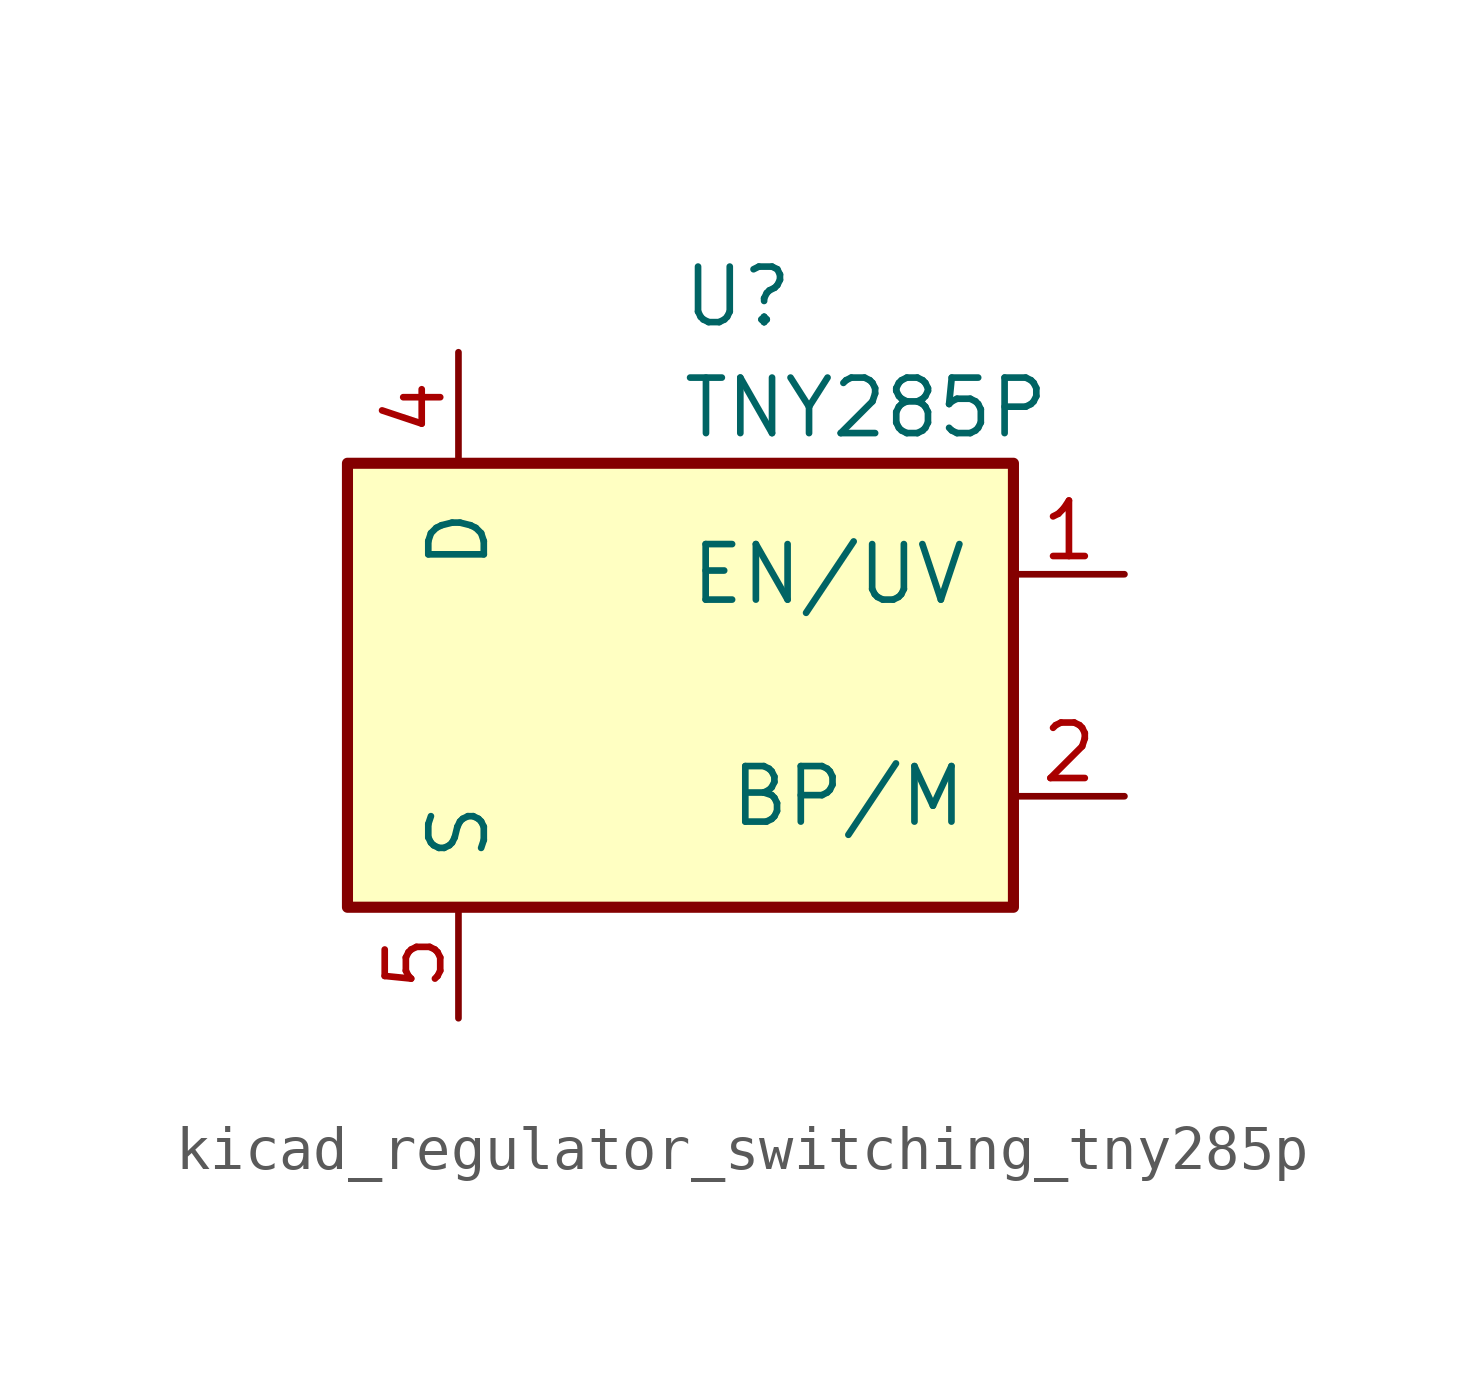
<source format=kicad_sym>
(kicad_symbol_lib
  (version 20220914)
  (generator kicad_symbol_editor)
  (symbol "kicad_regulator_switching_tny285p"
    (pin_names
      (offset 1.016))
    (property "Reference" "U"
      (at 0 8.89 0)
      (effects (font (size 1.27 1.27)) (justify left)))
    (property "Value" "TNY285P"
      (at 0 6.35 0)
      (effects (font (size 1.27 1.27)) (justify left)))
    (symbol "kicad_regulator_switching_tny285p_0_1"
      (rectangle (start -7.62 5.08) (end 7.62 -5.08) (stroke (width 0.254) (type default)) (fill (type background))))
    (symbol "kicad_regulator_switching_tny285p_1_1"
      (pin input line (at 10.16 2.54 180) (length 2.54) (name "EN/UV" (effects (font (size 1.27 1.27)))) (number "1" (effects (font (size 1.27 1.27)))))
      (pin input line (at 10.16 -2.54 180) (length 2.54) (name "BP/M" (effects (font (size 1.27 1.27)))) (number "2" (effects (font (size 1.27 1.27)))))
      (pin open_collector line (at -5.08 7.62 270) (length 2.54) (name "D" (effects (font (size 1.27 1.27)))) (number "4" (effects (font (size 1.27 1.27)))))
      (pin power_in line (at -5.08 -7.62 90) (length 2.54) (name "S" (effects (font (size 1.27 1.27)))) (number "5" (effects (font (size 1.27 1.27)))))
      (pin passive line (at -5.08 -7.62 90) (length 2.54) hide (name "S" (effects (font (size 1.27 1.27)))) (number "6" (effects (font (size 1.27 1.27)))))
      (pin passive line (at -5.08 -7.62 90) (length 2.54) hide (name "S" (effects (font (size 1.27 1.27)))) (number "7" (effects (font (size 1.27 1.27)))))
      (pin passive line (at -5.08 -7.62 90) (length 2.54) hide (name "S" (effects (font (size 1.27 1.27)))) (number "8" (effects (font (size 1.27 1.27))))))))
</source>
